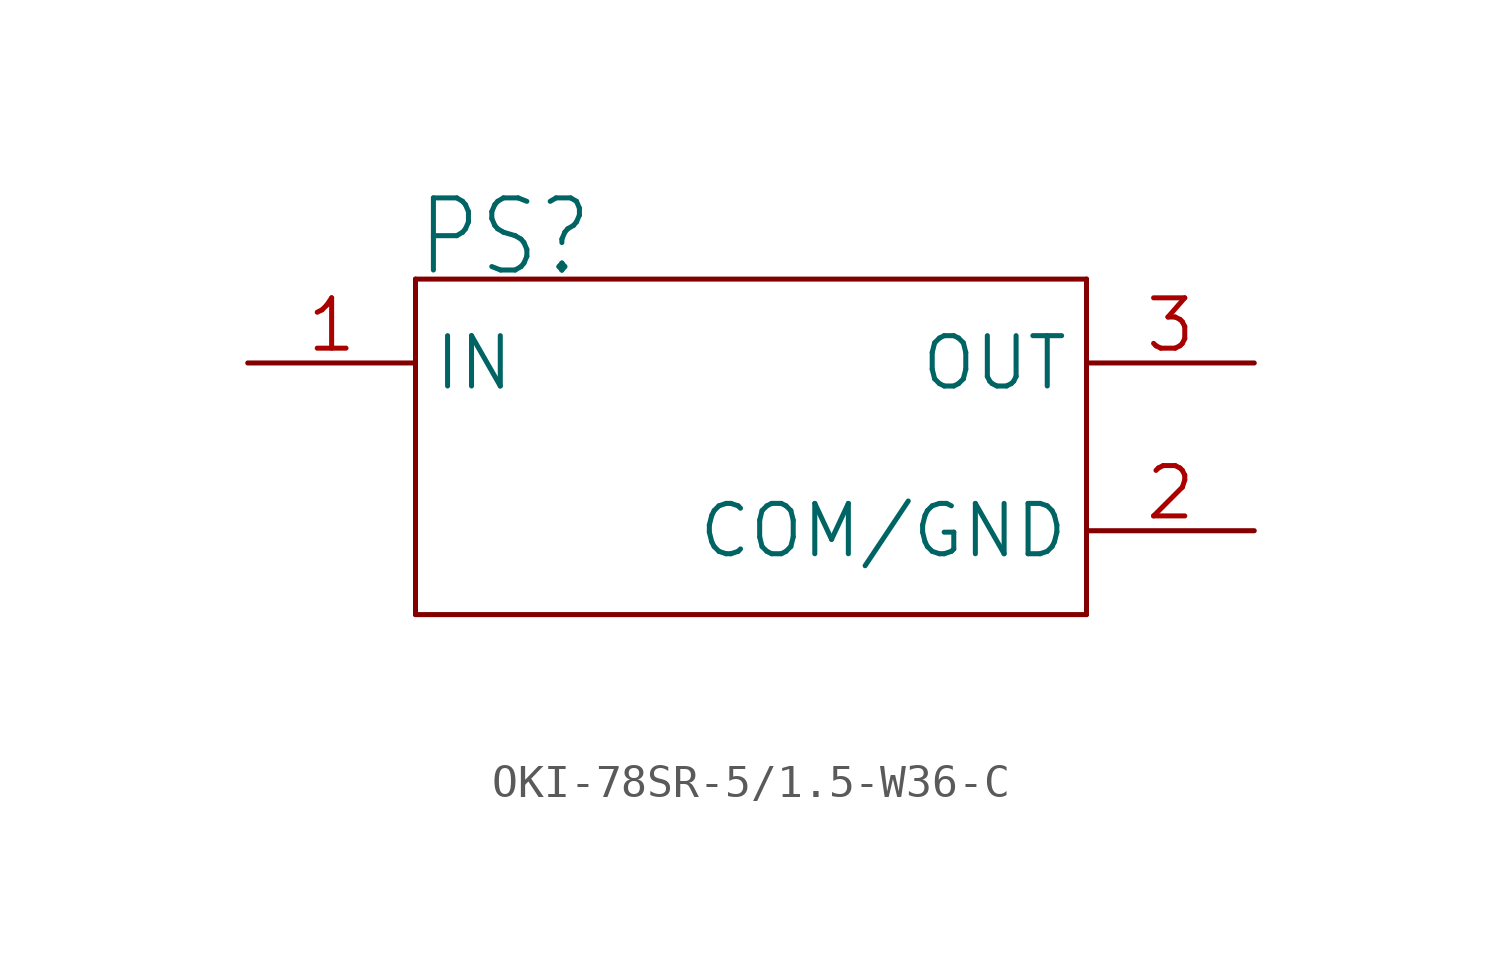
<source format=kicad_sym>
(kicad_symbol_lib
  (version 20241209)
  (generator "kicad_symbol_editor")
  (generator_version "9.0")
  (symbol "OKI-78SR-5/1.5-W36-C"
    (property "Reference" "PS"
      (at -10.16 5.08 0)
      (effects (font (size 2.184 1.857)) (justify left bottom)))
    (property "Value" ""
      (at -10.16 -7.62 0)
      (effects (font (size 2.184 1.857)) (justify left bottom)))
    (property "ki_locked" ""
      (at 0 0 0)
      (effects (font (size 1.27 1.27))))
    (symbol "OKI-78SR-5/1.5-W36-C_1_0"
      (polyline (pts (xy -10.16 5.08) (xy -10.16 -5.08)) (stroke (width 0.152) (type solid)) (fill (type none)))
      (polyline (pts (xy -10.16 -5.08) (xy 10.16 -5.08)) (stroke (width 0.152) (type solid)) (fill (type none)))
      (polyline (pts (xy 10.16 5.08) (xy -10.16 5.08)) (stroke (width 0.152) (type solid)) (fill (type none)))
      (polyline (pts (xy 10.16 -5.08) (xy 10.16 5.08)) (stroke (width 0.152) (type solid)) (fill (type none)))
      (pin input line (at -15.24 2.54 0) (length 5.08) (name "IN" (effects (font (size 1.524 1.524)))) (number "1" (effects (font (size 1.524 1.524)))))
      (pin output line (at 15.24 2.54 180) (length 5.08) (name "OUT" (effects (font (size 1.524 1.524)))) (number "3" (effects (font (size 1.524 1.524)))))
      (pin power_in line (at 15.24 -2.54 180) (length 5.08) (name "COM/GND" (effects (font (size 1.524 1.524)))) (number "2" (effects (font (size 1.524 1.524))))))))
</source>
